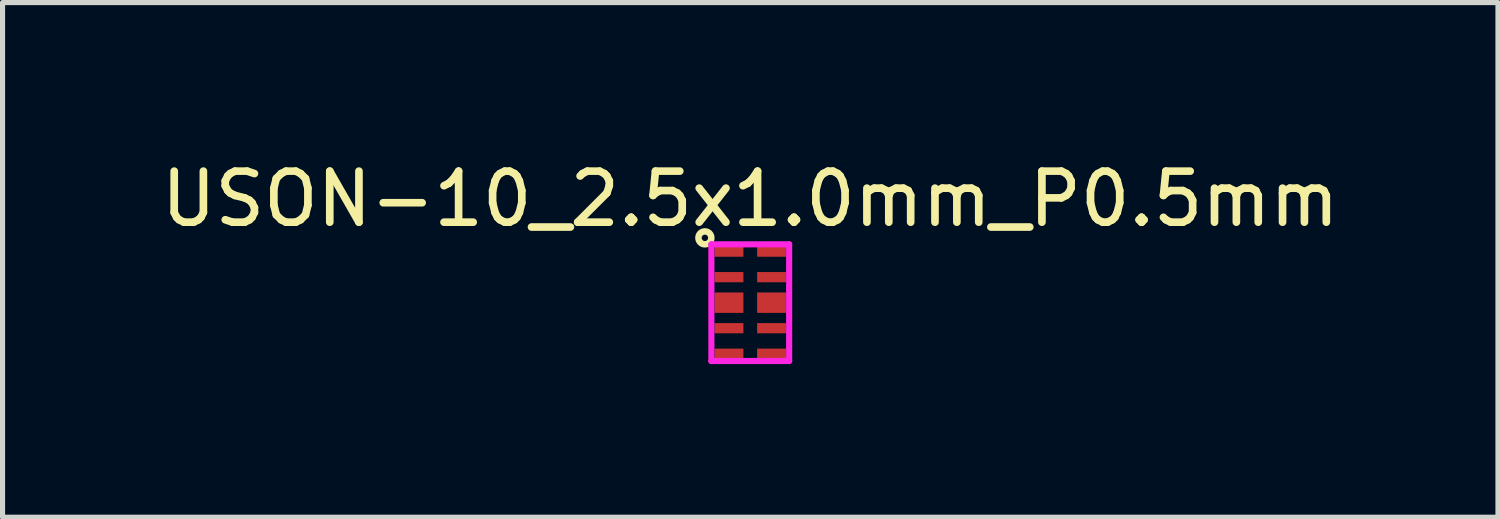
<source format=kicad_pcb>
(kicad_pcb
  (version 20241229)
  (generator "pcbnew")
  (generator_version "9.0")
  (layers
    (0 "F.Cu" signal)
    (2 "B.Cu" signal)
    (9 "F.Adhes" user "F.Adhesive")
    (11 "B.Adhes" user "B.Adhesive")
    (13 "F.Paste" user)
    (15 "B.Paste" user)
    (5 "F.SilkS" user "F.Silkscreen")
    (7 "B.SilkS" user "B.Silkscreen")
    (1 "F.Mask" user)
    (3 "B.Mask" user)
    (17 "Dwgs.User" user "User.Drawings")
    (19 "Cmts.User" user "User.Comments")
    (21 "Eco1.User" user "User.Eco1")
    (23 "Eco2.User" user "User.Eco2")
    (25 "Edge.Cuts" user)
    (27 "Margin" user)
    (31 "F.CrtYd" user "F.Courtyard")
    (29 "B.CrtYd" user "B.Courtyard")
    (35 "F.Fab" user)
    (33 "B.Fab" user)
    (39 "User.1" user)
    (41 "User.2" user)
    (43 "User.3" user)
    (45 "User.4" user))
  (footprint "USON-10_2.5x1.0mm_P0.5mm"
    (layer "F.Cu")
    (at 11.649 2.88)
    (property "Reference" "USON-10_2.5x1.0mm_P0.5mm" (at 0 -2.032 0) (layer "F.SilkS") (effects (font (size 1 1) (thickness 0.15))))
    (attr smd)
    (fp_circle (center -0.889 -1.27) (end -0.826 -1.27) (stroke (width 0.127) (type solid)) (fill no) (layer "F.SilkS"))
    (fp_line (start -0.762 -1.143) (end -0.762 1.143) (stroke (width 0.12) (type solid)) (layer "F.CrtYd"))
    (fp_line (start -0.762 1.143) (end 0.762 1.143) (stroke (width 0.12) (type solid)) (layer "F.CrtYd"))
    (fp_line (start 0.762 -1.143) (end -0.762 -1.143) (stroke (width 0.12) (type solid)) (layer "F.CrtYd"))
    (fp_line (start 0.762 1.143) (end 0.762 -1.143) (stroke (width 0.12) (type solid)) (layer "F.CrtYd"))
    (pad "1" smd rect (at -0.417 -1) (size 0.565 0.2) (layers "F.Cu" "F.Mask" "F.Paste"))
    (pad "2" smd rect (at -0.417 -0.5) (size 0.565 0.2) (layers "F.Cu" "F.Mask" "F.Paste"))
    (pad "3" smd rect (at -0.417 0) (size 0.565 0.4) (layers "F.Cu" "F.Mask" "F.Paste"))
    (pad "4" smd rect (at -0.417 0.5) (size 0.565 0.2) (layers "F.Cu" "F.Mask" "F.Paste"))
    (pad "5" smd rect (at -0.417 1) (size 0.565 0.2) (layers "F.Cu" "F.Mask" "F.Paste"))
    (pad "6" smd rect (at 0.417 1) (size 0.565 0.2) (layers "F.Cu" "F.Mask" "F.Paste"))
    (pad "7" smd rect (at 0.417 0.5) (size 0.565 0.2) (layers "F.Cu" "F.Mask" "F.Paste"))
    (pad "8" smd rect (at 0.417 0) (size 0.565 0.4) (layers "F.Cu" "F.Mask" "F.Paste"))
    (pad "9" smd rect (at 0.417 -0.5) (size 0.565 0.2) (layers "F.Cu" "F.Mask" "F.Paste"))
    (pad "10" smd rect (at 0.417 -1) (size 0.565 0.2) (layers "F.Cu" "F.Mask" "F.Paste")))
  (gr_rect
    (start -3 -3)
    (end 26.298 7.083)
    (stroke (width 0.1) (type default))
    (fill no)
    (layer "Edge.Cuts")))
</source>
